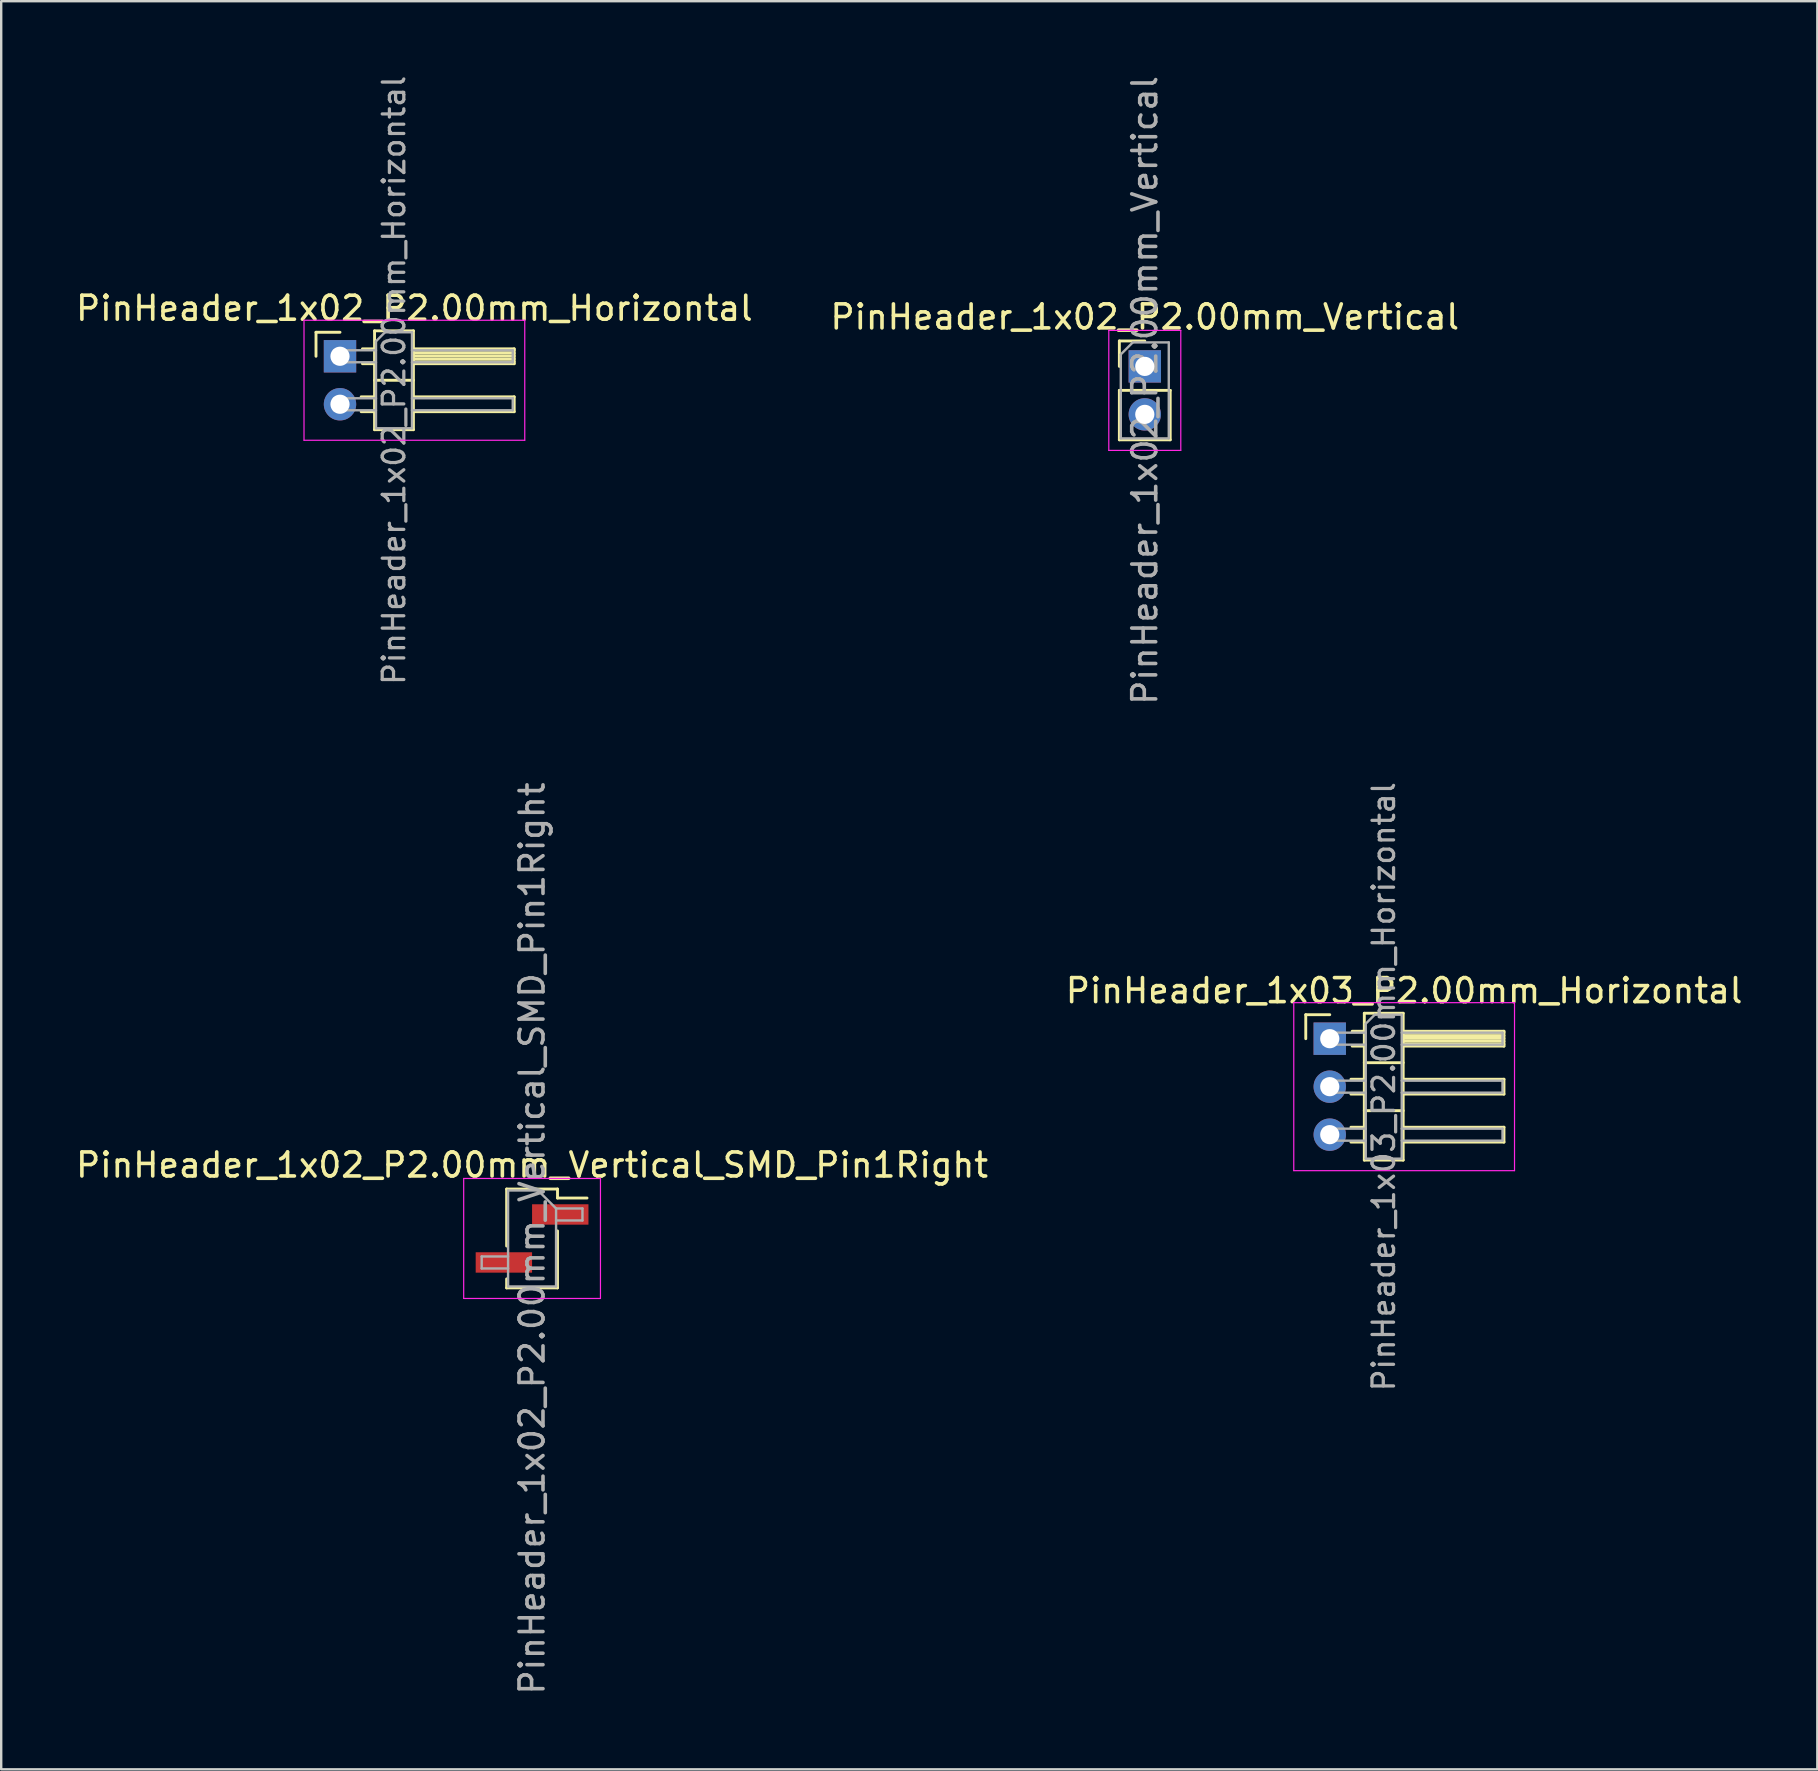
<source format=kicad_pcb>
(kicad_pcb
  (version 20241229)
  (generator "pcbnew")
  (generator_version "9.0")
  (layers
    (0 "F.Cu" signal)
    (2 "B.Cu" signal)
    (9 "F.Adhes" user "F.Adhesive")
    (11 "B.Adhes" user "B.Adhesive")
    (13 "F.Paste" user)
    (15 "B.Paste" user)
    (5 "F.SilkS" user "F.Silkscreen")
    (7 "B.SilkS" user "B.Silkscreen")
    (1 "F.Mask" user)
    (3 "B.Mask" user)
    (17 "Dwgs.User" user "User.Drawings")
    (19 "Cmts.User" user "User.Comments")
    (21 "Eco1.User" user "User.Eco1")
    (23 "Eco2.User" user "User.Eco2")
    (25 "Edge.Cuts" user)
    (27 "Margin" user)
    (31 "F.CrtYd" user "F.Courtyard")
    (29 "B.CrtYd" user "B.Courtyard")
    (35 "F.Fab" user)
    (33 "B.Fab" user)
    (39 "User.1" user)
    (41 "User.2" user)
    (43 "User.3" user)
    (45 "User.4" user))
  (footprint "PinHeader_1x02_P2.00mm_Horizontal"
    (layer "F.Cu")
    (at 11.12 11.798)
    (property "Reference" "PinHeader_1x02_P2.00mm_Horizontal" (at 3.1 -2 0) (layer "F.SilkS") (effects (font (size 1 1) (thickness 0.15))))
    (attr through_hole)
    (fp_line (start -1 -1) (end 0 -1) (stroke (width 0.12) (type solid)) (layer "F.SilkS"))
    (fp_line (start -1 0) (end -1 -1) (stroke (width 0.12) (type solid)) (layer "F.SilkS"))
    (fp_line (start 0.882 1.69) (end 1.44 1.69) (stroke (width 0.12) (type solid)) (layer "F.SilkS"))
    (fp_line (start 0.882 2.31) (end 1.44 2.31) (stroke (width 0.12) (type solid)) (layer "F.SilkS"))
    (fp_line (start 0.935 -0.31) (end 1.44 -0.31) (stroke (width 0.12) (type solid)) (layer "F.SilkS"))
    (fp_line (start 0.935 0.31) (end 1.44 0.31) (stroke (width 0.12) (type solid)) (layer "F.SilkS"))
    (fp_line (start 1.44 -1.06) (end 1.44 3.06) (stroke (width 0.12) (type solid)) (layer "F.SilkS"))
    (fp_line (start 1.44 1) (end 3.06 1) (stroke (width 0.12) (type solid)) (layer "F.SilkS"))
    (fp_line (start 1.44 3.06) (end 3.06 3.06) (stroke (width 0.12) (type solid)) (layer "F.SilkS"))
    (fp_line (start 3.06 -1.06) (end 1.44 -1.06) (stroke (width 0.12) (type solid)) (layer "F.SilkS"))
    (fp_line (start 3.06 -0.31) (end 7.26 -0.31) (stroke (width 0.12) (type solid)) (layer "F.SilkS"))
    (fp_line (start 3.06 -0.25) (end 7.26 -0.25) (stroke (width 0.12) (type solid)) (layer "F.SilkS"))
    (fp_line (start 3.06 -0.13) (end 7.26 -0.13) (stroke (width 0.12) (type solid)) (layer "F.SilkS"))
    (fp_line (start 3.06 -0.01) (end 7.26 -0.01) (stroke (width 0.12) (type solid)) (layer "F.SilkS"))
    (fp_line (start 3.06 0.11) (end 7.26 0.11) (stroke (width 0.12) (type solid)) (layer "F.SilkS"))
    (fp_line (start 3.06 0.23) (end 7.26 0.23) (stroke (width 0.12) (type solid)) (layer "F.SilkS"))
    (fp_line (start 3.06 1.69) (end 7.26 1.69) (stroke (width 0.12) (type solid)) (layer "F.SilkS"))
    (fp_line (start 3.06 3.06) (end 3.06 -1.06) (stroke (width 0.12) (type solid)) (layer "F.SilkS"))
    (fp_line (start 7.26 -0.31) (end 7.26 0.31) (stroke (width 0.12) (type solid)) (layer "F.SilkS"))
    (fp_line (start 7.26 0.31) (end 3.06 0.31) (stroke (width 0.12) (type solid)) (layer "F.SilkS"))
    (fp_line (start 7.26 1.69) (end 7.26 2.31) (stroke (width 0.12) (type solid)) (layer "F.SilkS"))
    (fp_line (start 7.26 2.31) (end 3.06 2.31) (stroke (width 0.12) (type solid)) (layer "F.SilkS"))
    (fp_line (start -1.5 -1.5) (end -1.5 3.5) (stroke (width 0.05) (type solid)) (layer "F.CrtYd"))
    (fp_line (start -1.5 3.5) (end 7.7 3.5) (stroke (width 0.05) (type solid)) (layer "F.CrtYd"))
    (fp_line (start 7.7 -1.5) (end -1.5 -1.5) (stroke (width 0.05) (type solid)) (layer "F.CrtYd"))
    (fp_line (start 7.7 3.5) (end 7.7 -1.5) (stroke (width 0.05) (type solid)) (layer "F.CrtYd"))
    (fp_line (start -0.25 -0.25) (end -0.25 0.25) (stroke (width 0.1) (type solid)) (layer "F.Fab"))
    (fp_line (start -0.25 -0.25) (end 1.5 -0.25) (stroke (width 0.1) (type solid)) (layer "F.Fab"))
    (fp_line (start -0.25 0.25) (end 1.5 0.25) (stroke (width 0.1) (type solid)) (layer "F.Fab"))
    (fp_line (start -0.25 1.75) (end -0.25 2.25) (stroke (width 0.1) (type solid)) (layer "F.Fab"))
    (fp_line (start -0.25 1.75) (end 1.5 1.75) (stroke (width 0.1) (type solid)) (layer "F.Fab"))
    (fp_line (start -0.25 2.25) (end 1.5 2.25) (stroke (width 0.1) (type solid)) (layer "F.Fab"))
    (fp_line (start 1.5 -0.625) (end 1.875 -1) (stroke (width 0.1) (type solid)) (layer "F.Fab"))
    (fp_line (start 1.5 3) (end 1.5 -0.625) (stroke (width 0.1) (type solid)) (layer "F.Fab"))
    (fp_line (start 1.875 -1) (end 3 -1) (stroke (width 0.1) (type solid)) (layer "F.Fab"))
    (fp_line (start 3 -1) (end 3 3) (stroke (width 0.1) (type solid)) (layer "F.Fab"))
    (fp_line (start 3 -0.25) (end 7.2 -0.25) (stroke (width 0.1) (type solid)) (layer "F.Fab"))
    (fp_line (start 3 0.25) (end 7.2 0.25) (stroke (width 0.1) (type solid)) (layer "F.Fab"))
    (fp_line (start 3 1.75) (end 7.2 1.75) (stroke (width 0.1) (type solid)) (layer "F.Fab"))
    (fp_line (start 3 2.25) (end 7.2 2.25) (stroke (width 0.1) (type solid)) (layer "F.Fab"))
    (fp_line (start 3 3) (end 1.5 3) (stroke (width 0.1) (type solid)) (layer "F.Fab"))
    (fp_line (start 7.2 -0.25) (end 7.2 0.25) (stroke (width 0.1) (type solid)) (layer "F.Fab"))
    (fp_line (start 7.2 1.75) (end 7.2 2.25) (stroke (width 0.1) (type solid)) (layer "F.Fab"))
    (fp_text user "${REFERENCE}" (at 2.25 1 90) (layer "F.Fab") (effects (font (size 0.9 0.9) (thickness 0.135))))
    (pad "1" thru_hole rect (at 0 0) (size 1.35 1.35) (drill 0.8) (layers "*.Cu" "*.Mask"))
    (pad "2" thru_hole oval (at 0 2) (size 1.35 1.35) (drill 0.8) (layers "*.Cu" "*.Mask")))
  (footprint "PinHeader_1x02_P2.00mm_Vertical_SMD_Pin1Right"
    (layer "F.Cu")
    (at 19.125 48.565)
    (property "Reference" "PinHeader_1x02_P2.00mm_Vertical_SMD_Pin1Right" (at 0 -3.06 0) (layer "F.SilkS") (effects (font (size 1 1) (thickness 0.15))))
    (attr smd)
    (fp_line (start -1.06 -2.06) (end -1.06 0.315) (stroke (width 0.12) (type solid)) (layer "F.SilkS"))
    (fp_line (start -1.06 -2.06) (end 1.06 -2.06) (stroke (width 0.12) (type solid)) (layer "F.SilkS"))
    (fp_line (start -1.06 1.685) (end -1.06 2.06) (stroke (width 0.12) (type solid)) (layer "F.SilkS"))
    (fp_line (start -1.06 2.06) (end 1.06 2.06) (stroke (width 0.12) (type solid)) (layer "F.SilkS"))
    (fp_line (start 1.06 -2.06) (end 1.06 -1.685) (stroke (width 0.12) (type solid)) (layer "F.SilkS"))
    (fp_line (start 1.06 -1.685) (end 2.29 -1.685) (stroke (width 0.12) (type solid)) (layer "F.SilkS"))
    (fp_line (start 1.06 -0.315) (end 1.06 2.06) (stroke (width 0.12) (type solid)) (layer "F.SilkS"))
    (fp_line (start -2.85 -2.5) (end -2.85 2.5) (stroke (width 0.05) (type solid)) (layer "F.CrtYd"))
    (fp_line (start -2.85 2.5) (end 2.85 2.5) (stroke (width 0.05) (type solid)) (layer "F.CrtYd"))
    (fp_line (start 2.85 -2.5) (end -2.85 -2.5) (stroke (width 0.05) (type solid)) (layer "F.CrtYd"))
    (fp_line (start 2.85 2.5) (end 2.85 -2.5) (stroke (width 0.05) (type solid)) (layer "F.CrtYd"))
    (fp_line (start -2.1 0.75) (end -2.1 1.25) (stroke (width 0.1) (type solid)) (layer "F.Fab"))
    (fp_line (start -2.1 1.25) (end -1 1.25) (stroke (width 0.1) (type solid)) (layer "F.Fab"))
    (fp_line (start -1 -2) (end -1 2) (stroke (width 0.1) (type solid)) (layer "F.Fab"))
    (fp_line (start -1 -2) (end 0.25 -2) (stroke (width 0.1) (type solid)) (layer "F.Fab"))
    (fp_line (start -1 0.75) (end -2.1 0.75) (stroke (width 0.1) (type solid)) (layer "F.Fab"))
    (fp_line (start 1 -1.25) (end 0.25 -2) (stroke (width 0.1) (type solid)) (layer "F.Fab"))
    (fp_line (start 1 -1.25) (end 2.1 -1.25) (stroke (width 0.1) (type solid)) (layer "F.Fab"))
    (fp_line (start 1 2) (end -1 2) (stroke (width 0.1) (type solid)) (layer "F.Fab"))
    (fp_line (start 1 2) (end 1 -1.25) (stroke (width 0.1) (type solid)) (layer "F.Fab"))
    (fp_line (start 2.1 -1.25) (end 2.1 -0.75) (stroke (width 0.1) (type solid)) (layer "F.Fab"))
    (fp_line (start 2.1 -0.75) (end 1 -0.75) (stroke (width 0.1) (type solid)) (layer "F.Fab"))
    (fp_text user "${REFERENCE}" (at 0 0 90) (layer "F.Fab") (effects (font (size 1 1) (thickness 0.15))))
    (pad "1" smd rect (at 1.175 -1) (size 2.35 0.85) (layers "F.Cu" "F.Mask" "F.Paste"))
    (pad "2" smd rect (at -1.175 1) (size 2.35 0.85) (layers "F.Cu" "F.Mask" "F.Paste")))
  (footprint "PinHeader_1x02_P2.00mm_Vertical"
    (layer "F.Cu")
    (at 44.661 12.22)
    (property "Reference" "PinHeader_1x02_P2.00mm_Vertical" (at 0 -2.06 0) (layer "F.SilkS") (effects (font (size 1 1) (thickness 0.15))))
    (attr through_hole)
    (fp_line (start -1.06 -1.06) (end 0 -1.06) (stroke (width 0.12) (type solid)) (layer "F.SilkS"))
    (fp_line (start -1.06 0) (end -1.06 -1.06) (stroke (width 0.12) (type solid)) (layer "F.SilkS"))
    (fp_line (start -1.06 1) (end -1.06 3.06) (stroke (width 0.12) (type solid)) (layer "F.SilkS"))
    (fp_line (start -1.06 1) (end 1.06 1) (stroke (width 0.12) (type solid)) (layer "F.SilkS"))
    (fp_line (start -1.06 3.06) (end 1.06 3.06) (stroke (width 0.12) (type solid)) (layer "F.SilkS"))
    (fp_line (start 1.06 1) (end 1.06 3.06) (stroke (width 0.12) (type solid)) (layer "F.SilkS"))
    (fp_line (start -1.5 -1.5) (end -1.5 3.5) (stroke (width 0.05) (type solid)) (layer "F.CrtYd"))
    (fp_line (start -1.5 3.5) (end 1.5 3.5) (stroke (width 0.05) (type solid)) (layer "F.CrtYd"))
    (fp_line (start 1.5 -1.5) (end -1.5 -1.5) (stroke (width 0.05) (type solid)) (layer "F.CrtYd"))
    (fp_line (start 1.5 3.5) (end 1.5 -1.5) (stroke (width 0.05) (type solid)) (layer "F.CrtYd"))
    (fp_line (start -1 -0.5) (end -0.5 -1) (stroke (width 0.1) (type solid)) (layer "F.Fab"))
    (fp_line (start -1 3) (end -1 -0.5) (stroke (width 0.1) (type solid)) (layer "F.Fab"))
    (fp_line (start -0.5 -1) (end 1 -1) (stroke (width 0.1) (type solid)) (layer "F.Fab"))
    (fp_line (start 1 -1) (end 1 3) (stroke (width 0.1) (type solid)) (layer "F.Fab"))
    (fp_line (start 1 3) (end -1 3) (stroke (width 0.1) (type solid)) (layer "F.Fab"))
    (fp_text user "${REFERENCE}" (at 0 1 90) (layer "F.Fab") (effects (font (size 1 1) (thickness 0.15))))
    (pad "1" thru_hole rect (at 0 0) (size 1.35 1.35) (drill 0.8) (layers "*.Cu" "*.Mask"))
    (pad "2" thru_hole oval (at 0 2) (size 1.35 1.35) (drill 0.8) (layers "*.Cu" "*.Mask")))
  (footprint "PinHeader_1x03_P2.00mm_Horizontal"
    (layer "F.Cu")
    (at 52.37 40.239)
    (property "Reference" "PinHeader_1x03_P2.00mm_Horizontal" (at 3.1 -2 0) (layer "F.SilkS") (effects (font (size 1 1) (thickness 0.15))))
    (attr through_hole)
    (fp_line (start -1 -1) (end 0 -1) (stroke (width 0.12) (type solid)) (layer "F.SilkS"))
    (fp_line (start -1 0) (end -1 -1) (stroke (width 0.12) (type solid)) (layer "F.SilkS"))
    (fp_line (start 0.882 1.69) (end 1.44 1.69) (stroke (width 0.12) (type solid)) (layer "F.SilkS"))
    (fp_line (start 0.882 2.31) (end 1.44 2.31) (stroke (width 0.12) (type solid)) (layer "F.SilkS"))
    (fp_line (start 0.882 3.69) (end 1.44 3.69) (stroke (width 0.12) (type solid)) (layer "F.SilkS"))
    (fp_line (start 0.882 4.31) (end 1.44 4.31) (stroke (width 0.12) (type solid)) (layer "F.SilkS"))
    (fp_line (start 0.935 -0.31) (end 1.44 -0.31) (stroke (width 0.12) (type solid)) (layer "F.SilkS"))
    (fp_line (start 0.935 0.31) (end 1.44 0.31) (stroke (width 0.12) (type solid)) (layer "F.SilkS"))
    (fp_line (start 1.44 -1.06) (end 1.44 5.06) (stroke (width 0.12) (type solid)) (layer "F.SilkS"))
    (fp_line (start 1.44 1) (end 3.06 1) (stroke (width 0.12) (type solid)) (layer "F.SilkS"))
    (fp_line (start 1.44 3) (end 3.06 3) (stroke (width 0.12) (type solid)) (layer "F.SilkS"))
    (fp_line (start 1.44 5.06) (end 3.06 5.06) (stroke (width 0.12) (type solid)) (layer "F.SilkS"))
    (fp_line (start 3.06 -1.06) (end 1.44 -1.06) (stroke (width 0.12) (type solid)) (layer "F.SilkS"))
    (fp_line (start 3.06 -0.31) (end 7.26 -0.31) (stroke (width 0.12) (type solid)) (layer "F.SilkS"))
    (fp_line (start 3.06 -0.25) (end 7.26 -0.25) (stroke (width 0.12) (type solid)) (layer "F.SilkS"))
    (fp_line (start 3.06 -0.13) (end 7.26 -0.13) (stroke (width 0.12) (type solid)) (layer "F.SilkS"))
    (fp_line (start 3.06 -0.01) (end 7.26 -0.01) (stroke (width 0.12) (type solid)) (layer "F.SilkS"))
    (fp_line (start 3.06 0.11) (end 7.26 0.11) (stroke (width 0.12) (type solid)) (layer "F.SilkS"))
    (fp_line (start 3.06 0.23) (end 7.26 0.23) (stroke (width 0.12) (type solid)) (layer "F.SilkS"))
    (fp_line (start 3.06 1.69) (end 7.26 1.69) (stroke (width 0.12) (type solid)) (layer "F.SilkS"))
    (fp_line (start 3.06 3.69) (end 7.26 3.69) (stroke (width 0.12) (type solid)) (layer "F.SilkS"))
    (fp_line (start 3.06 5.06) (end 3.06 -1.06) (stroke (width 0.12) (type solid)) (layer "F.SilkS"))
    (fp_line (start 7.26 -0.31) (end 7.26 0.31) (stroke (width 0.12) (type solid)) (layer "F.SilkS"))
    (fp_line (start 7.26 0.31) (end 3.06 0.31) (stroke (width 0.12) (type solid)) (layer "F.SilkS"))
    (fp_line (start 7.26 1.69) (end 7.26 2.31) (stroke (width 0.12) (type solid)) (layer "F.SilkS"))
    (fp_line (start 7.26 2.31) (end 3.06 2.31) (stroke (width 0.12) (type solid)) (layer "F.SilkS"))
    (fp_line (start 7.26 3.69) (end 7.26 4.31) (stroke (width 0.12) (type solid)) (layer "F.SilkS"))
    (fp_line (start 7.26 4.31) (end 3.06 4.31) (stroke (width 0.12) (type solid)) (layer "F.SilkS"))
    (fp_line (start -1.5 -1.5) (end -1.5 5.5) (stroke (width 0.05) (type solid)) (layer "F.CrtYd"))
    (fp_line (start -1.5 5.5) (end 7.7 5.5) (stroke (width 0.05) (type solid)) (layer "F.CrtYd"))
    (fp_line (start 7.7 -1.5) (end -1.5 -1.5) (stroke (width 0.05) (type solid)) (layer "F.CrtYd"))
    (fp_line (start 7.7 5.5) (end 7.7 -1.5) (stroke (width 0.05) (type solid)) (layer "F.CrtYd"))
    (fp_line (start -0.25 -0.25) (end -0.25 0.25) (stroke (width 0.1) (type solid)) (layer "F.Fab"))
    (fp_line (start -0.25 -0.25) (end 1.5 -0.25) (stroke (width 0.1) (type solid)) (layer "F.Fab"))
    (fp_line (start -0.25 0.25) (end 1.5 0.25) (stroke (width 0.1) (type solid)) (layer "F.Fab"))
    (fp_line (start -0.25 1.75) (end -0.25 2.25) (stroke (width 0.1) (type solid)) (layer "F.Fab"))
    (fp_line (start -0.25 1.75) (end 1.5 1.75) (stroke (width 0.1) (type solid)) (layer "F.Fab"))
    (fp_line (start -0.25 2.25) (end 1.5 2.25) (stroke (width 0.1) (type solid)) (layer "F.Fab"))
    (fp_line (start -0.25 3.75) (end -0.25 4.25) (stroke (width 0.1) (type solid)) (layer "F.Fab"))
    (fp_line (start -0.25 3.75) (end 1.5 3.75) (stroke (width 0.1) (type solid)) (layer "F.Fab"))
    (fp_line (start -0.25 4.25) (end 1.5 4.25) (stroke (width 0.1) (type solid)) (layer "F.Fab"))
    (fp_line (start 1.5 -0.625) (end 1.875 -1) (stroke (width 0.1) (type solid)) (layer "F.Fab"))
    (fp_line (start 1.5 5) (end 1.5 -0.625) (stroke (width 0.1) (type solid)) (layer "F.Fab"))
    (fp_line (start 1.875 -1) (end 3 -1) (stroke (width 0.1) (type solid)) (layer "F.Fab"))
    (fp_line (start 3 -1) (end 3 5) (stroke (width 0.1) (type solid)) (layer "F.Fab"))
    (fp_line (start 3 -0.25) (end 7.2 -0.25) (stroke (width 0.1) (type solid)) (layer "F.Fab"))
    (fp_line (start 3 0.25) (end 7.2 0.25) (stroke (width 0.1) (type solid)) (layer "F.Fab"))
    (fp_line (start 3 1.75) (end 7.2 1.75) (stroke (width 0.1) (type solid)) (layer "F.Fab"))
    (fp_line (start 3 2.25) (end 7.2 2.25) (stroke (width 0.1) (type solid)) (layer "F.Fab"))
    (fp_line (start 3 3.75) (end 7.2 3.75) (stroke (width 0.1) (type solid)) (layer "F.Fab"))
    (fp_line (start 3 4.25) (end 7.2 4.25) (stroke (width 0.1) (type solid)) (layer "F.Fab"))
    (fp_line (start 3 5) (end 1.5 5) (stroke (width 0.1) (type solid)) (layer "F.Fab"))
    (fp_line (start 7.2 -0.25) (end 7.2 0.25) (stroke (width 0.1) (type solid)) (layer "F.Fab"))
    (fp_line (start 7.2 1.75) (end 7.2 2.25) (stroke (width 0.1) (type solid)) (layer "F.Fab"))
    (fp_line (start 7.2 3.75) (end 7.2 4.25) (stroke (width 0.1) (type solid)) (layer "F.Fab"))
    (fp_text user "${REFERENCE}" (at 2.25 2 90) (layer "F.Fab") (effects (font (size 0.9 0.9) (thickness 0.135))))
    (pad "1" thru_hole rect (at 0 0) (size 1.35 1.35) (drill 0.8) (layers "*.Cu" "*.Mask"))
    (pad "2" thru_hole oval (at 0 2) (size 1.35 1.35) (drill 0.8) (layers "*.Cu" "*.Mask"))
    (pad "3" thru_hole oval (at 0 4) (size 1.35 1.35) (drill 0.8) (layers "*.Cu" "*.Mask")))
  (gr_rect
    (start -3 -3)
    (end 72.69 70.69)
    (stroke (width 0.1) (type default))
    (fill no)
    (layer "Edge.Cuts")))
</source>
